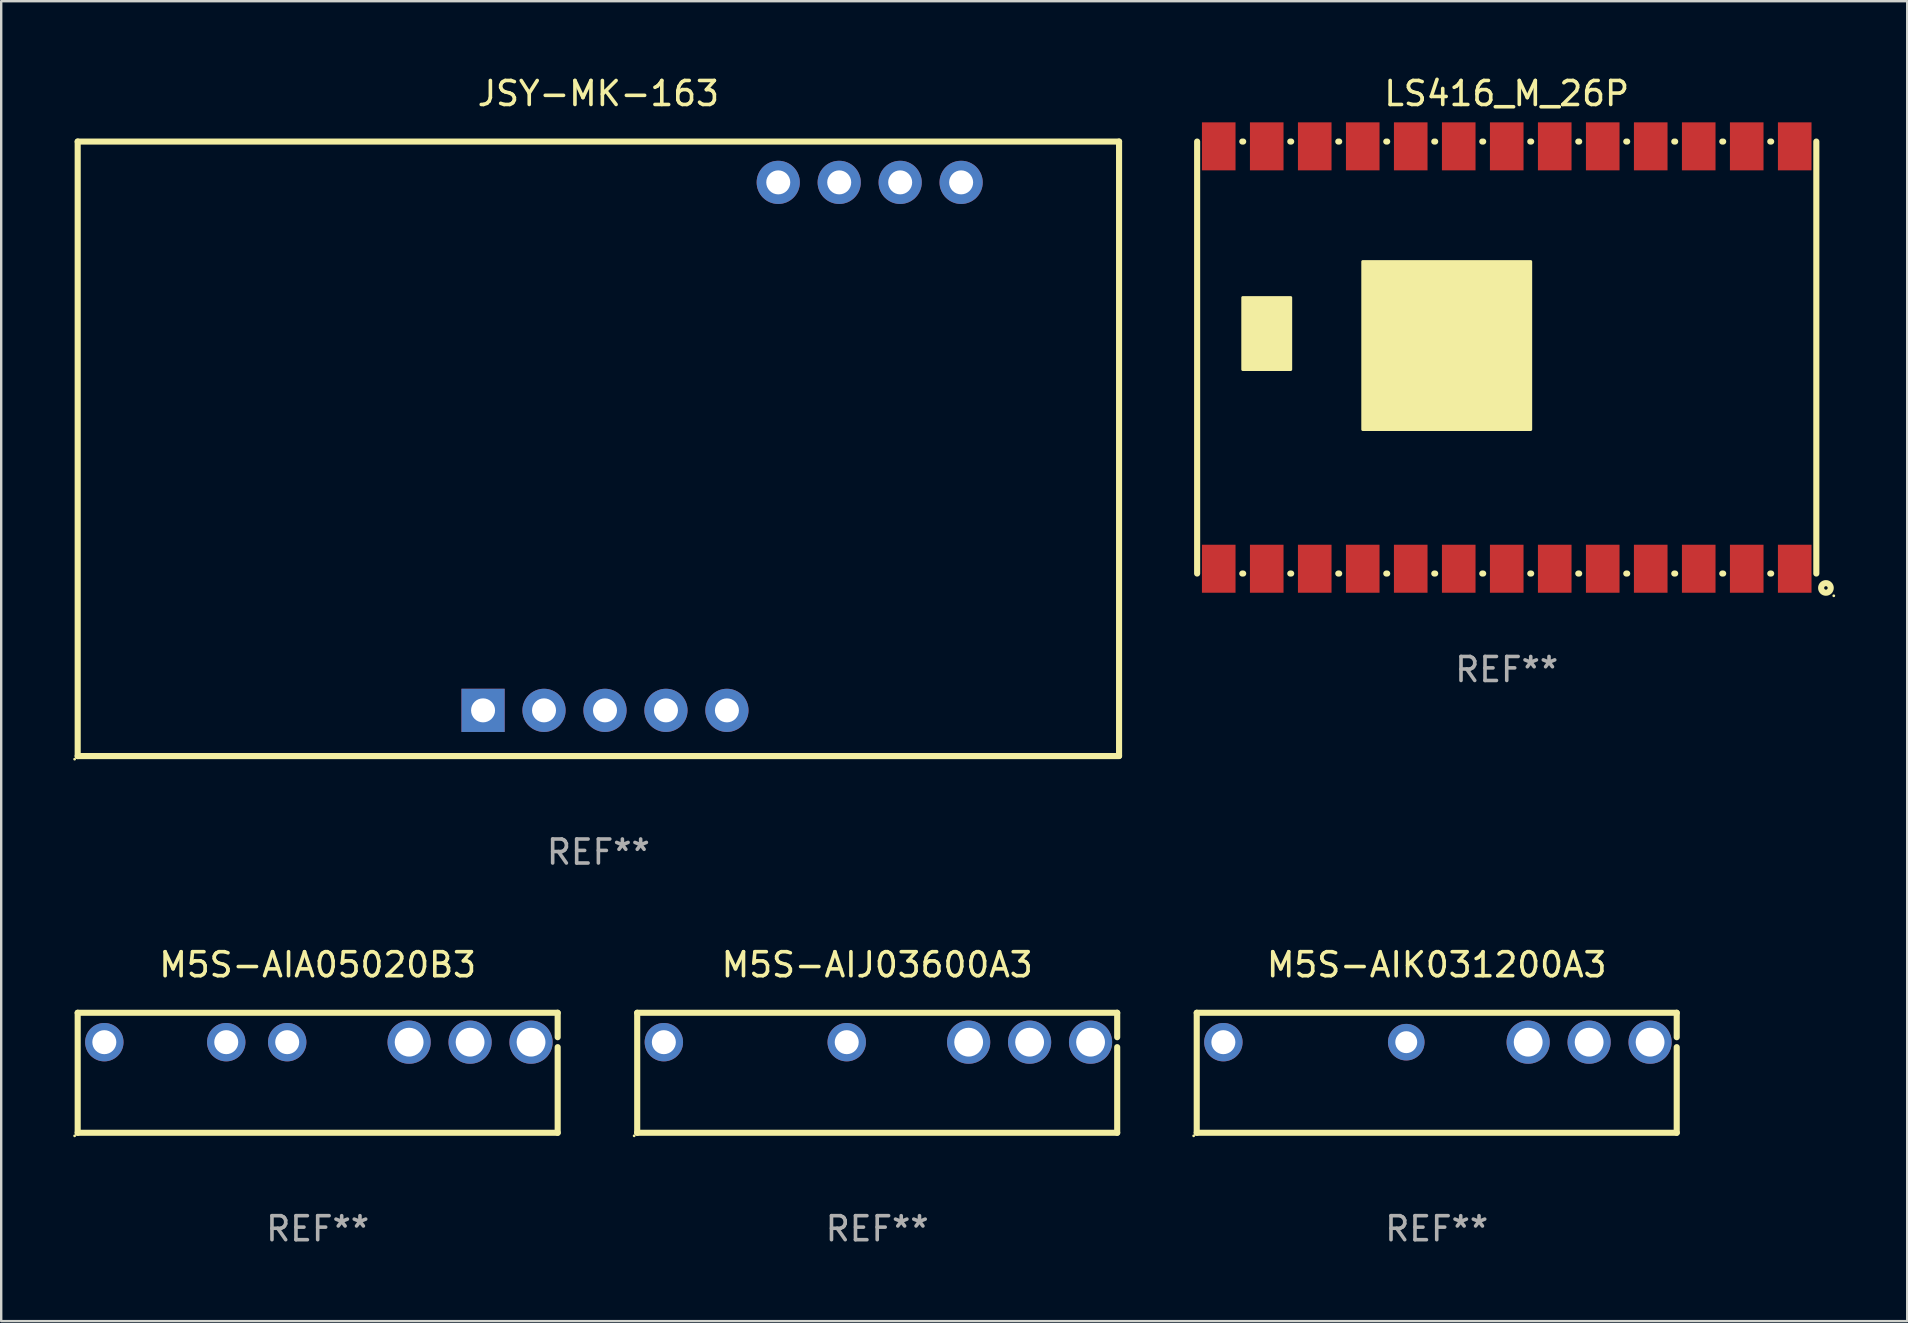
<source format=kicad_pcb>
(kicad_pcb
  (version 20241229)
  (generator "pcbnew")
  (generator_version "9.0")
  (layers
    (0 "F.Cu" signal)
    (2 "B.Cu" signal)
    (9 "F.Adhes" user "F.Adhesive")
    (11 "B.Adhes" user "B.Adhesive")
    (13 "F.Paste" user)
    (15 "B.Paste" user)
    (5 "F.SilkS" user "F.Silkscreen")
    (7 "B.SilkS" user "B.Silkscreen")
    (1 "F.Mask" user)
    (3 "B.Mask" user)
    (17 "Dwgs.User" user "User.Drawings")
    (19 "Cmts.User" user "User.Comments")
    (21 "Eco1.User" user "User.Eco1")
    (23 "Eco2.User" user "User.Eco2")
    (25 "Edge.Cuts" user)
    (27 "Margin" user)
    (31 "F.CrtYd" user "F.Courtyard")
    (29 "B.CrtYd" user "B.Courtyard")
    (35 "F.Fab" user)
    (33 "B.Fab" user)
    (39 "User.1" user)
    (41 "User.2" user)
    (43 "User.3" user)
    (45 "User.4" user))
  (footprint "M5S-AIK031200A3"
    (layer "F.Cu")
    (at 56.815 41.65)
    (property "Reference" "M5S-AIK031200A3" (at 0 -4.5 0) (layer "F.SilkS") (effects (font (size 1 1) (thickness 0.15))))
    (attr through_hole)
    (fp_line (start -10 -2.5) (end 10 -2.5) (stroke (width 0.254) (type solid)) (layer "F.SilkS"))
    (fp_line (start -10 2.5) (end -10 -2.5) (stroke (width 0.254) (type solid)) (layer "F.SilkS"))
    (fp_line (start 10 -2.5) (end 10 -1.482) (stroke (width 0.254) (type solid)) (layer "F.SilkS"))
    (fp_line (start 10 -1.068) (end 10 2.5) (stroke (width 0.254) (type solid)) (layer "F.SilkS"))
    (fp_line (start 10 2.5) (end -10 2.5) (stroke (width 0.254) (type solid)) (layer "F.SilkS"))
    (fp_circle (center -10.127 2.627) (end -10.097 2.627) (stroke (width 0.06) (type solid)) (fill no) (layer "F.SilkS"))
    (fp_text user "REF**" (at 0 6.5 0) (layer "F.Fab") (effects (font (size 1 1) (thickness 0.15))))
    (pad "1" thru_hole circle (at -8.89 -1.275) (size 1.6 1.6) (drill 1) (layers "*.Cu" "*.Mask"))
    (pad "4" thru_hole circle (at -1.27 -1.275) (size 1.524 1.524) (drill 0.914) (layers "*.Cu" "*.Mask"))
    (pad "6" thru_hole circle (at 3.81 -1.275) (size 1.8 1.8) (drill 1.2) (layers "*.Cu" "*.Mask"))
    (pad "7" thru_hole circle (at 6.35 -1.275) (size 1.8 1.8) (drill 1.2) (layers "*.Cu" "*.Mask"))
    (pad "8" thru_hole circle (at 8.89 -1.275) (size 1.8 1.8) (drill 1.2) (layers "*.Cu" "*.Mask")))
  (footprint "JSY-MK-163"
    (layer "F.Cu")
    (at 21.883 15.651)
    (property "Reference" "JSY-MK-163" (at 0 -14.803 0) (layer "F.SilkS") (effects (font (size 1 1) (thickness 0.15))))
    (attr through_hole)
    (fp_line (start -21.696 -12.803) (end -21.696 12.803) (stroke (width 0.254) (type solid)) (layer "F.SilkS"))
    (fp_line (start -21.696 12.803) (end 21.696 12.803) (stroke (width 0.254) (type solid)) (layer "F.SilkS"))
    (fp_line (start 21.696 -12.803) (end -21.696 -12.803) (stroke (width 0.254) (type solid)) (layer "F.SilkS"))
    (fp_line (start 21.696 -12.803) (end 21.696 12.798) (stroke (width 0.254) (type solid)) (layer "F.SilkS"))
    (fp_circle (center -21.823 12.93) (end -21.793 12.93) (stroke (width 0.06) (type solid)) (fill no) (layer "F.SilkS"))
    (fp_text user "REF**" (at 0 16.803 0) (layer "F.Fab") (effects (font (size 1 1) (thickness 0.15))))
    (pad "1" thru_hole rect (at -4.805 10.898) (size 1.8 1.8) (drill 1) (layers "*.Cu" "*.Mask"))
    (pad "2" thru_hole circle (at -2.265 10.898) (size 1.8 1.8) (drill 1) (layers "*.Cu" "*.Mask"))
    (pad "3" thru_hole circle (at 0.276 10.898) (size 1.8 1.8) (drill 1) (layers "*.Cu" "*.Mask"))
    (pad "4" thru_hole circle (at 2.816 10.898) (size 1.8 1.8) (drill 1) (layers "*.Cu" "*.Mask"))
    (pad "5" thru_hole circle (at 5.356 10.898) (size 1.8 1.8) (drill 1) (layers "*.Cu" "*.Mask"))
    (pad "6" thru_hole circle (at 15.115 -11.102) (size 1.8 1.8) (drill 1) (layers "*.Cu" "*.Mask"))
    (pad "7" thru_hole circle (at 12.575 -11.102) (size 1.8 1.8) (drill 1) (layers "*.Cu" "*.Mask"))
    (pad "8" thru_hole circle (at 10.035 -11.102) (size 1.8 1.8) (drill 1) (layers "*.Cu" "*.Mask"))
    (pad "9" thru_hole circle (at 7.495 -11.102) (size 1.8 1.8) (drill 1) (layers "*.Cu" "*.Mask")))
  (footprint "LS416_M_26P"
    (layer "F.Cu")
    (at 59.732 11.848)
    (property "Reference" "LS416_M_26P" (at 0 -11 0) (layer "F.SilkS") (effects (font (size 1 1) (thickness 0.15))))
    (attr through_hole)
    (fp_line (start -12.9 -9) (end -12.9 9) (stroke (width 0.254) (type solid)) (layer "F.SilkS"))
    (fp_line (start -11.019 -9) (end -10.981 -9) (stroke (width 0.254) (type solid)) (layer "F.SilkS"))
    (fp_line (start -10.981 9) (end -11.019 9) (stroke (width 0.254) (type solid)) (layer "F.SilkS"))
    (fp_line (start -9.019 -9) (end -8.981 -9) (stroke (width 0.254) (type solid)) (layer "F.SilkS"))
    (fp_line (start -8.981 9) (end -9.019 9) (stroke (width 0.254) (type solid)) (layer "F.SilkS"))
    (fp_line (start -7.019 -9) (end -6.981 -9) (stroke (width 0.254) (type solid)) (layer "F.SilkS"))
    (fp_line (start -6.981 9) (end -7.019 9) (stroke (width 0.254) (type solid)) (layer "F.SilkS"))
    (fp_line (start -5.019 -9) (end -4.981 -9) (stroke (width 0.254) (type solid)) (layer "F.SilkS"))
    (fp_line (start -4.981 9) (end -5.019 9) (stroke (width 0.254) (type solid)) (layer "F.SilkS"))
    (fp_line (start -3.019 -9) (end -2.981 -9) (stroke (width 0.254) (type solid)) (layer "F.SilkS"))
    (fp_line (start -2.981 9) (end -3.019 9) (stroke (width 0.254) (type solid)) (layer "F.SilkS"))
    (fp_line (start -1.019 -9) (end -0.981 -9) (stroke (width 0.254) (type solid)) (layer "F.SilkS"))
    (fp_line (start -0.981 9) (end -1.019 9) (stroke (width 0.254) (type solid)) (layer "F.SilkS"))
    (fp_line (start 0.981 -9) (end 1.019 -9) (stroke (width 0.254) (type solid)) (layer "F.SilkS"))
    (fp_line (start 1.019 9) (end 0.981 9) (stroke (width 0.254) (type solid)) (layer "F.SilkS"))
    (fp_line (start 2.981 -9) (end 3.019 -9) (stroke (width 0.254) (type solid)) (layer "F.SilkS"))
    (fp_line (start 3.019 9) (end 2.981 9) (stroke (width 0.254) (type solid)) (layer "F.SilkS"))
    (fp_line (start 4.981 -9) (end 5.019 -9) (stroke (width 0.254) (type solid)) (layer "F.SilkS"))
    (fp_line (start 5.019 9) (end 4.981 9) (stroke (width 0.254) (type solid)) (layer "F.SilkS"))
    (fp_line (start 6.981 -9) (end 7.019 -9) (stroke (width 0.254) (type solid)) (layer "F.SilkS"))
    (fp_line (start 7.019 9) (end 6.981 9) (stroke (width 0.254) (type solid)) (layer "F.SilkS"))
    (fp_line (start 8.981 -9) (end 9.019 -9) (stroke (width 0.254) (type solid)) (layer "F.SilkS"))
    (fp_line (start 9.019 9) (end 8.981 9) (stroke (width 0.254) (type solid)) (layer "F.SilkS"))
    (fp_line (start 10.981 -9) (end 11.019 -9) (stroke (width 0.254) (type solid)) (layer "F.SilkS"))
    (fp_line (start 11.019 9) (end 10.981 9) (stroke (width 0.254) (type solid)) (layer "F.SilkS"))
    (fp_line (start 12.9 -9) (end 12.9 9) (stroke (width 0.254) (type solid)) (layer "F.SilkS"))
    (fp_circle (center 13.3 9.6) (end 13.5 9.6) (stroke (width 0.254) (type solid)) (fill no) (layer "F.SilkS"))
    (fp_circle (center 13.627 9.927) (end 13.657 9.927) (stroke (width 0.06) (type solid)) (fill no) (layer "F.SilkS"))
    (fp_poly (pts (xy -11 -2.5) (xy -9 -2.5) (xy -9 0.5) (xy -11 0.5)) (stroke (width 0.12) (type solid)) (fill yes) (layer "F.SilkS"))
    (fp_poly (pts (xy -6 -4) (xy 1 -4) (xy 1 3) (xy -6 3)) (stroke (width 0.12) (type solid)) (fill yes) (layer "F.SilkS"))
    (fp_text user "REF**" (at 0 13 0) (layer "F.Fab") (effects (font (size 1 1) (thickness 0.15))))
    (pad "1" smd rect (at 12 8.8) (size 1.4 2) (layers "F.Cu" "F.Mask" "F.Paste"))
    (pad "2" smd rect (at 10 8.8) (size 1.4 2) (layers "F.Cu" "F.Mask" "F.Paste"))
    (pad "3" smd rect (at 8 8.8) (size 1.4 2) (layers "F.Cu" "F.Mask" "F.Paste"))
    (pad "4" smd rect (at 6 8.8) (size 1.4 2) (layers "F.Cu" "F.Mask" "F.Paste"))
    (pad "5" smd rect (at 4 8.8) (size 1.4 2) (layers "F.Cu" "F.Mask" "F.Paste"))
    (pad "6" smd rect (at 2 8.8) (size 1.4 2) (layers "F.Cu" "F.Mask" "F.Paste"))
    (pad "7" smd rect (at 0 8.8) (size 1.4 2) (layers "F.Cu" "F.Mask" "F.Paste"))
    (pad "8" smd rect (at -2 8.8) (size 1.4 2) (layers "F.Cu" "F.Mask" "F.Paste"))
    (pad "9" smd rect (at -4 8.8) (size 1.4 2) (layers "F.Cu" "F.Mask" "F.Paste"))
    (pad "10" smd rect (at -6 8.8) (size 1.4 2) (layers "F.Cu" "F.Mask" "F.Paste"))
    (pad "11" smd rect (at -8 8.8) (size 1.4 2) (layers "F.Cu" "F.Mask" "F.Paste"))
    (pad "12" smd rect (at -10 8.8) (size 1.4 2) (layers "F.Cu" "F.Mask" "F.Paste"))
    (pad "13" smd rect (at -12 8.8) (size 1.4 2) (layers "F.Cu" "F.Mask" "F.Paste"))
    (pad "14" smd rect (at -12 -8.8) (size 1.4 2) (layers "F.Cu" "F.Mask" "F.Paste"))
    (pad "15" smd rect (at -10 -8.8) (size 1.4 2) (layers "F.Cu" "F.Mask" "F.Paste"))
    (pad "16" smd rect (at -8 -8.8) (size 1.4 2) (layers "F.Cu" "F.Mask" "F.Paste"))
    (pad "17" smd rect (at -6 -8.8) (size 1.4 2) (layers "F.Cu" "F.Mask" "F.Paste"))
    (pad "18" smd rect (at -4 -8.8) (size 1.4 2) (layers "F.Cu" "F.Mask" "F.Paste"))
    (pad "19" smd rect (at -2 -8.8) (size 1.4 2) (layers "F.Cu" "F.Mask" "F.Paste"))
    (pad "20" smd rect (at 0 -8.8) (size 1.4 2) (layers "F.Cu" "F.Mask" "F.Paste"))
    (pad "21" smd rect (at 2 -8.8) (size 1.4 2) (layers "F.Cu" "F.Mask" "F.Paste"))
    (pad "22" smd rect (at 4 -8.8) (size 1.4 2) (layers "F.Cu" "F.Mask" "F.Paste"))
    (pad "23" smd rect (at 6 -8.8) (size 1.4 2) (layers "F.Cu" "F.Mask" "F.Paste"))
    (pad "24" smd rect (at 8 -8.8) (size 1.4 2) (layers "F.Cu" "F.Mask" "F.Paste"))
    (pad "25" smd rect (at 10 -8.8) (size 1.4 2) (layers "F.Cu" "F.Mask" "F.Paste"))
    (pad "26" smd rect (at 12 -8.8) (size 1.4 2) (layers "F.Cu" "F.Mask" "F.Paste")))
  (footprint "M5S-AIJ03600A3"
    (layer "F.Cu")
    (at 33.501 41.65)
    (property "Reference" "M5S-AIJ03600A3" (at 0 -4.5 0) (layer "F.SilkS") (effects (font (size 1 1) (thickness 0.15))))
    (attr through_hole)
    (fp_line (start -10 -2.5) (end 10 -2.5) (stroke (width 0.254) (type solid)) (layer "F.SilkS"))
    (fp_line (start -10 2.5) (end -10 -2.5) (stroke (width 0.254) (type solid)) (layer "F.SilkS"))
    (fp_line (start 10 -2.5) (end 10 -1.482) (stroke (width 0.254) (type solid)) (layer "F.SilkS"))
    (fp_line (start 10 -1.068) (end 10 2.5) (stroke (width 0.254) (type solid)) (layer "F.SilkS"))
    (fp_line (start 10 2.5) (end -10 2.5) (stroke (width 0.254) (type solid)) (layer "F.SilkS"))
    (fp_circle (center -10.127 2.627) (end -10.097 2.627) (stroke (width 0.06) (type solid)) (fill no) (layer "F.SilkS"))
    (fp_text user "REF**" (at 0 6.5 0) (layer "F.Fab") (effects (font (size 1 1) (thickness 0.15))))
    (pad "1" thru_hole circle (at -8.89 -1.275) (size 1.6 1.6) (drill 1) (layers "*.Cu" "*.Mask"))
    (pad "4" thru_hole circle (at -1.27 -1.275) (size 1.6 1.6) (drill 1) (layers "*.Cu" "*.Mask"))
    (pad "6" thru_hole circle (at 3.81 -1.275) (size 1.8 1.8) (drill 1.2) (layers "*.Cu" "*.Mask"))
    (pad "7" thru_hole circle (at 6.35 -1.275) (size 1.8 1.8) (drill 1.2) (layers "*.Cu" "*.Mask"))
    (pad "8" thru_hole circle (at 8.89 -1.275) (size 1.8 1.8) (drill 1.2) (layers "*.Cu" "*.Mask")))
  (footprint "M5S-AIA05020B3"
    (layer "F.Cu")
    (at 10.187 41.65)
    (property "Reference" "M5S-AIA05020B3" (at 0 -4.5 0) (layer "F.SilkS") (effects (font (size 1 1) (thickness 0.15))))
    (attr through_hole)
    (fp_line (start -10 -2.5) (end 10 -2.5) (stroke (width 0.254) (type solid)) (layer "F.SilkS"))
    (fp_line (start -10 2.5) (end -10 -2.5) (stroke (width 0.254) (type solid)) (layer "F.SilkS"))
    (fp_line (start 10 -2.5) (end 10 -1.482) (stroke (width 0.254) (type solid)) (layer "F.SilkS"))
    (fp_line (start 10 -1.068) (end 10 2.5) (stroke (width 0.254) (type solid)) (layer "F.SilkS"))
    (fp_line (start 10 2.5) (end -10 2.5) (stroke (width 0.254) (type solid)) (layer "F.SilkS"))
    (fp_circle (center -10.127 2.627) (end -10.097 2.627) (stroke (width 0.06) (type solid)) (fill no) (layer "F.SilkS"))
    (fp_text user "REF**" (at 0 6.5 0) (layer "F.Fab") (effects (font (size 1 1) (thickness 0.15))))
    (pad "1" thru_hole circle (at -8.89 -1.275) (size 1.6 1.6) (drill 1) (layers "*.Cu" "*.Mask"))
    (pad "2" thru_hole circle (at -3.81 -1.275) (size 1.6 1.6) (drill 1) (layers "*.Cu" "*.Mask"))
    (pad "4" thru_hole circle (at -1.27 -1.275) (size 1.6 1.6) (drill 1) (layers "*.Cu" "*.Mask"))
    (pad "6" thru_hole circle (at 3.81 -1.275) (size 1.8 1.8) (drill 1.2) (layers "*.Cu" "*.Mask"))
    (pad "7" thru_hole circle (at 6.35 -1.275) (size 1.8 1.8) (drill 1.2) (layers "*.Cu" "*.Mask"))
    (pad "8" thru_hole circle (at 8.89 -1.275) (size 1.8 1.8) (drill 1.2) (layers "*.Cu" "*.Mask")))
  (gr_rect
    (start -3 -3)
    (end 76.419 51.998)
    (stroke (width 0.1) (type default))
    (fill no)
    (layer "Edge.Cuts")))
</source>
